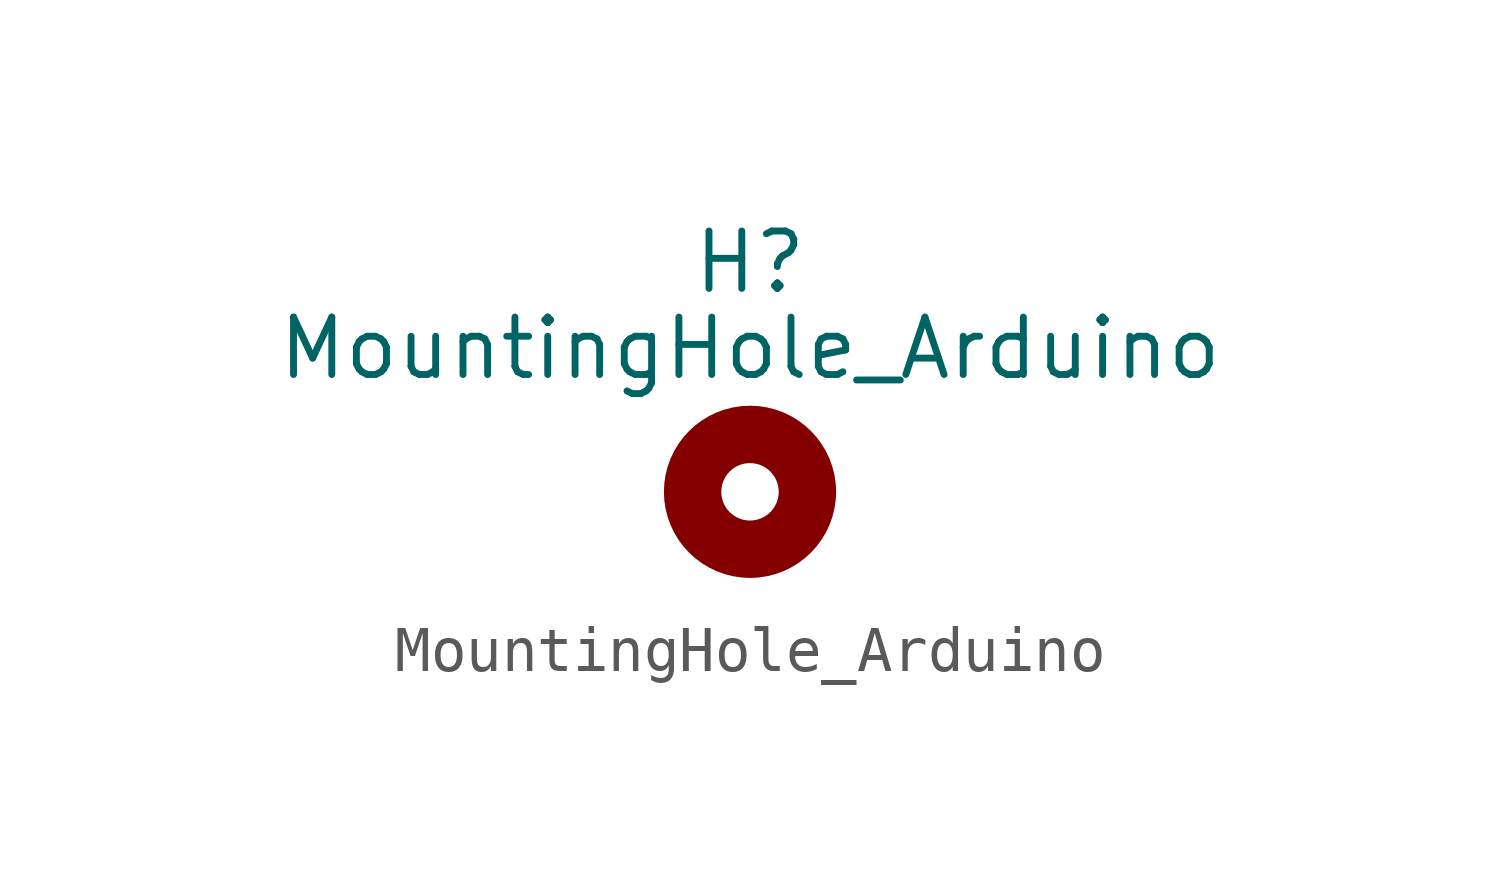
<source format=kicad_sym>
(kicad_symbol_lib
  (version 20211014)
  (generator kicad_symbol_editor)
  (symbol "MountingHole_Arduino"
    (pin_names
      (offset 1.016))
    (property "Reference" "H"
      (at 0 5.08 0)
      (effects (font (size 1.27 1.27))))
    (property "Value" "MountingHole_Arduino"
      (at 0 3.175 0)
      (effects (font (size 1.27 1.27))))
    (symbol "MountingHole_Arduino_0_1"
      (circle (center 0 0) (radius 1.27) (stroke (width 1.27) (type default) (color 0 0 0 0)) (fill (type none))))))
</source>
